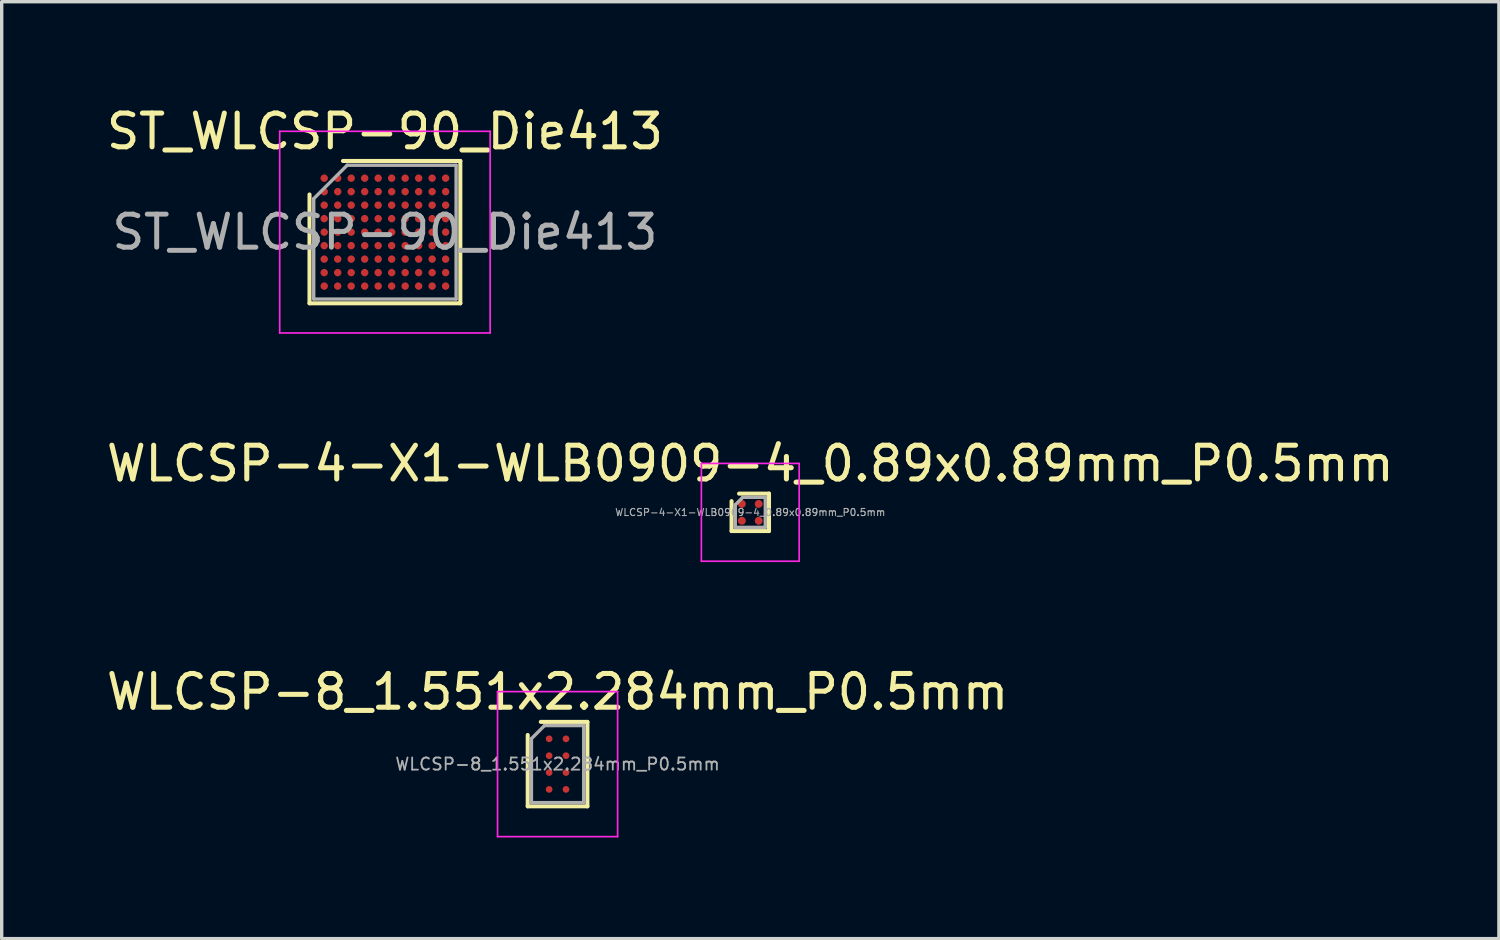
<source format=kicad_pcb>
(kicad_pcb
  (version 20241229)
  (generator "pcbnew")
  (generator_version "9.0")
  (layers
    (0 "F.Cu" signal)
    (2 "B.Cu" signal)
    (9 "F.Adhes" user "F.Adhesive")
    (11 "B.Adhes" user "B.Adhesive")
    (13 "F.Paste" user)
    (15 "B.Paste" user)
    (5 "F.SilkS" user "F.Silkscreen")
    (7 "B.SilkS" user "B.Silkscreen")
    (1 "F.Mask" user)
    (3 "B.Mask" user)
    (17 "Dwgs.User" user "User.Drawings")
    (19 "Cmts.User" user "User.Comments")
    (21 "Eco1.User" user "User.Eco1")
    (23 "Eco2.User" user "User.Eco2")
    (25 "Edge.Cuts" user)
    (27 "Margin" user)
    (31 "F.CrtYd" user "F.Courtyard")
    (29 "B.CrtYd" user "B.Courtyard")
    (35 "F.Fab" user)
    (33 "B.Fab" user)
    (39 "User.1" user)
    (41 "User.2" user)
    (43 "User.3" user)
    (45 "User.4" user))
  (footprint "WLCSP-8_1.551x2.284mm_P0.5mm"
    (layer "F.Cu")
    (at 13.482 19.606)
    (property "Reference" "WLCSP-8_1.551x2.284mm_P0.5mm" (at 0 -2.142 0) (layer "F.SilkS") (effects (font (size 1 1) (thickness 0.15))))
    (attr smd)
    (fp_line (start -0.885 1.252) (end -0.885 -0.864) (stroke (width 0.12) (type solid)) (layer "F.SilkS"))
    (fp_line (start -0.498 -1.252) (end 0.885 -1.252) (stroke (width 0.12) (type solid)) (layer "F.SilkS"))
    (fp_line (start 0.885 -1.252) (end 0.885 1.252) (stroke (width 0.12) (type solid)) (layer "F.SilkS"))
    (fp_line (start 0.885 1.252) (end -0.885 1.252) (stroke (width 0.12) (type solid)) (layer "F.SilkS"))
    (fp_line (start -1.78 -2.15) (end -1.78 2.15) (stroke (width 0.05) (type solid)) (layer "F.CrtYd"))
    (fp_line (start -1.78 2.15) (end 1.78 2.15) (stroke (width 0.05) (type solid)) (layer "F.CrtYd"))
    (fp_line (start 1.78 -2.15) (end -1.78 -2.15) (stroke (width 0.05) (type solid)) (layer "F.CrtYd"))
    (fp_line (start 1.78 2.15) (end 1.78 -2.15) (stroke (width 0.05) (type solid)) (layer "F.CrtYd"))
    (fp_line (start -0.775 -0.754) (end -0.388 -1.142) (stroke (width 0.1) (type solid)) (layer "F.Fab"))
    (fp_line (start -0.775 1.142) (end -0.775 -0.754) (stroke (width 0.1) (type solid)) (layer "F.Fab"))
    (fp_line (start -0.388 -1.142) (end 0.775 -1.142) (stroke (width 0.1) (type solid)) (layer "F.Fab"))
    (fp_line (start 0.775 -1.142) (end 0.775 1.142) (stroke (width 0.1) (type solid)) (layer "F.Fab"))
    (fp_line (start 0.775 1.142) (end -0.775 1.142) (stroke (width 0.1) (type solid)) (layer "F.Fab"))
    (fp_text user "${REFERENCE}" (at 0 0 0) (layer "F.Fab") (effects (font (size 0.36 0.36) (thickness 0.054))))
    (pad "A1" smd circle (at -0.25 -0.75) (size 0.2 0.2) (layers "F.Cu" "F.Mask" "F.Paste"))
    (pad "A2" smd circle (at 0.25 -0.75) (size 0.2 0.2) (layers "F.Cu" "F.Mask" "F.Paste"))
    (pad "B1" smd circle (at -0.25 -0.25) (size 0.2 0.2) (layers "F.Cu" "F.Mask" "F.Paste"))
    (pad "B2" smd circle (at 0.25 -0.25) (size 0.2 0.2) (layers "F.Cu" "F.Mask" "F.Paste"))
    (pad "C1" smd circle (at -0.25 0.25) (size 0.2 0.2) (layers "F.Cu" "F.Mask" "F.Paste"))
    (pad "C2" smd circle (at 0.25 0.25) (size 0.2 0.2) (layers "F.Cu" "F.Mask" "F.Paste"))
    (pad "D1" smd circle (at -0.25 0.75) (size 0.2 0.2) (layers "F.Cu" "F.Mask" "F.Paste"))
    (pad "D2" smd circle (at 0.25 0.75) (size 0.2 0.2) (layers "F.Cu" "F.Mask" "F.Paste")))
  (footprint "ST_WLCSP-90_Die413"
    (layer "F.Cu")
    (at 8.363 3.833)
    (property "Reference" "ST_WLCSP-90_Die413" (at 0 -2.985 0) (layer "F.SilkS") (effects (font (size 1 1) (thickness 0.15))))
    (attr smd)
    (fp_line (start -2.236 2.11) (end -2.236 -1.117) (stroke (width 0.12) (type solid)) (layer "F.SilkS"))
    (fp_line (start -1.244 -2.11) (end 2.236 -2.11) (stroke (width 0.12) (type solid)) (layer "F.SilkS"))
    (fp_line (start 2.236 -2.11) (end 2.236 2.11) (stroke (width 0.12) (type solid)) (layer "F.SilkS"))
    (fp_line (start 2.236 2.11) (end -2.236 2.11) (stroke (width 0.12) (type solid)) (layer "F.SilkS"))
    (fp_line (start -3.12 -2.99) (end -3.12 2.99) (stroke (width 0.05) (type solid)) (layer "F.CrtYd"))
    (fp_line (start -3.12 2.99) (end 3.12 2.99) (stroke (width 0.05) (type solid)) (layer "F.CrtYd"))
    (fp_line (start 3.12 -2.99) (end -3.12 -2.99) (stroke (width 0.05) (type solid)) (layer "F.CrtYd"))
    (fp_line (start 3.12 2.99) (end 3.12 -2.99) (stroke (width 0.05) (type solid)) (layer "F.CrtYd"))
    (fp_line (start -2.111 -0.992) (end -1.119 -1.984) (stroke (width 0.1) (type solid)) (layer "F.Fab"))
    (fp_line (start -2.111 1.984) (end -2.111 -0.992) (stroke (width 0.1) (type solid)) (layer "F.Fab"))
    (fp_line (start -1.119 -1.984) (end 2.111 -1.984) (stroke (width 0.1) (type solid)) (layer "F.Fab"))
    (fp_line (start 2.111 -1.984) (end 2.111 1.984) (stroke (width 0.1) (type solid)) (layer "F.Fab"))
    (fp_line (start 2.111 1.984) (end -2.111 1.984) (stroke (width 0.1) (type solid)) (layer "F.Fab"))
    (fp_text user "${REFERENCE}" (at 0 0 0) (layer "F.Fab") (effects (font (size 0.98 0.98) (thickness 0.147))))
    (pad "A1" smd circle (at -1.8 -1.6) (size 0.22 0.22) (layers "F.Cu" "F.Mask" "F.Paste"))
    (pad "A2" smd circle (at -1.4 -1.6) (size 0.22 0.22) (layers "F.Cu" "F.Mask" "F.Paste"))
    (pad "A3" smd circle (at -1 -1.6) (size 0.22 0.22) (layers "F.Cu" "F.Mask" "F.Paste"))
    (pad "A4" smd circle (at -0.6 -1.6) (size 0.22 0.22) (layers "F.Cu" "F.Mask" "F.Paste"))
    (pad "A5" smd circle (at -0.2 -1.6) (size 0.22 0.22) (layers "F.Cu" "F.Mask" "F.Paste"))
    (pad "A6" smd circle (at 0.2 -1.6) (size 0.22 0.22) (layers "F.Cu" "F.Mask" "F.Paste"))
    (pad "A7" smd circle (at 0.6 -1.6) (size 0.22 0.22) (layers "F.Cu" "F.Mask" "F.Paste"))
    (pad "A8" smd circle (at 1 -1.6) (size 0.22 0.22) (layers "F.Cu" "F.Mask" "F.Paste"))
    (pad "A9" smd circle (at 1.4 -1.6) (size 0.22 0.22) (layers "F.Cu" "F.Mask" "F.Paste"))
    (pad "A10" smd circle (at 1.8 -1.6) (size 0.22 0.22) (layers "F.Cu" "F.Mask" "F.Paste"))
    (pad "B1" smd circle (at -1.8 -1.2) (size 0.22 0.22) (layers "F.Cu" "F.Mask" "F.Paste"))
    (pad "B2" smd circle (at -1.4 -1.2) (size 0.22 0.22) (layers "F.Cu" "F.Mask" "F.Paste"))
    (pad "B3" smd circle (at -1 -1.2) (size 0.22 0.22) (layers "F.Cu" "F.Mask" "F.Paste"))
    (pad "B4" smd circle (at -0.6 -1.2) (size 0.22 0.22) (layers "F.Cu" "F.Mask" "F.Paste"))
    (pad "B5" smd circle (at -0.2 -1.2) (size 0.22 0.22) (layers "F.Cu" "F.Mask" "F.Paste"))
    (pad "B6" smd circle (at 0.2 -1.2) (size 0.22 0.22) (layers "F.Cu" "F.Mask" "F.Paste"))
    (pad "B7" smd circle (at 0.6 -1.2) (size 0.22 0.22) (layers "F.Cu" "F.Mask" "F.Paste"))
    (pad "B8" smd circle (at 1 -1.2) (size 0.22 0.22) (layers "F.Cu" "F.Mask" "F.Paste"))
    (pad "B9" smd circle (at 1.4 -1.2) (size 0.22 0.22) (layers "F.Cu" "F.Mask" "F.Paste"))
    (pad "B10" smd circle (at 1.8 -1.2) (size 0.22 0.22) (layers "F.Cu" "F.Mask" "F.Paste"))
    (pad "C1" smd circle (at -1.8 -0.8) (size 0.22 0.22) (layers "F.Cu" "F.Mask" "F.Paste"))
    (pad "C2" smd circle (at -1.4 -0.8) (size 0.22 0.22) (layers "F.Cu" "F.Mask" "F.Paste"))
    (pad "C3" smd circle (at -1 -0.8) (size 0.22 0.22) (layers "F.Cu" "F.Mask" "F.Paste"))
    (pad "C4" smd circle (at -0.6 -0.8) (size 0.22 0.22) (layers "F.Cu" "F.Mask" "F.Paste"))
    (pad "C5" smd circle (at -0.2 -0.8) (size 0.22 0.22) (layers "F.Cu" "F.Mask" "F.Paste"))
    (pad "C6" smd circle (at 0.2 -0.8) (size 0.22 0.22) (layers "F.Cu" "F.Mask" "F.Paste"))
    (pad "C7" smd circle (at 0.6 -0.8) (size 0.22 0.22) (layers "F.Cu" "F.Mask" "F.Paste"))
    (pad "C8" smd circle (at 1 -0.8) (size 0.22 0.22) (layers "F.Cu" "F.Mask" "F.Paste"))
    (pad "C9" smd circle (at 1.4 -0.8) (size 0.22 0.22) (layers "F.Cu" "F.Mask" "F.Paste"))
    (pad "C10" smd circle (at 1.8 -0.8) (size 0.22 0.22) (layers "F.Cu" "F.Mask" "F.Paste"))
    (pad "D1" smd circle (at -1.8 -0.4) (size 0.22 0.22) (layers "F.Cu" "F.Mask" "F.Paste"))
    (pad "D2" smd circle (at -1.4 -0.4) (size 0.22 0.22) (layers "F.Cu" "F.Mask" "F.Paste"))
    (pad "D3" smd circle (at -1 -0.4) (size 0.22 0.22) (layers "F.Cu" "F.Mask" "F.Paste"))
    (pad "D4" smd circle (at -0.6 -0.4) (size 0.22 0.22) (layers "F.Cu" "F.Mask" "F.Paste"))
    (pad "D5" smd circle (at -0.2 -0.4) (size 0.22 0.22) (layers "F.Cu" "F.Mask" "F.Paste"))
    (pad "D6" smd circle (at 0.2 -0.4) (size 0.22 0.22) (layers "F.Cu" "F.Mask" "F.Paste"))
    (pad "D7" smd circle (at 0.6 -0.4) (size 0.22 0.22) (layers "F.Cu" "F.Mask" "F.Paste"))
    (pad "D8" smd circle (at 1 -0.4) (size 0.22 0.22) (layers "F.Cu" "F.Mask" "F.Paste"))
    (pad "D9" smd circle (at 1.4 -0.4) (size 0.22 0.22) (layers "F.Cu" "F.Mask" "F.Paste"))
    (pad "D10" smd circle (at 1.8 -0.4) (size 0.22 0.22) (layers "F.Cu" "F.Mask" "F.Paste"))
    (pad "E1" smd circle (at -1.8 0) (size 0.22 0.22) (layers "F.Cu" "F.Mask" "F.Paste"))
    (pad "E2" smd circle (at -1.4 0) (size 0.22 0.22) (layers "F.Cu" "F.Mask" "F.Paste"))
    (pad "E3" smd circle (at -1 0) (size 0.22 0.22) (layers "F.Cu" "F.Mask" "F.Paste"))
    (pad "E4" smd circle (at -0.6 0) (size 0.22 0.22) (layers "F.Cu" "F.Mask" "F.Paste"))
    (pad "E5" smd circle (at -0.2 0) (size 0.22 0.22) (layers "F.Cu" "F.Mask" "F.Paste"))
    (pad "E6" smd circle (at 0.2 0) (size 0.22 0.22) (layers "F.Cu" "F.Mask" "F.Paste"))
    (pad "E7" smd circle (at 0.6 0) (size 0.22 0.22) (layers "F.Cu" "F.Mask" "F.Paste"))
    (pad "E8" smd circle (at 1 0) (size 0.22 0.22) (layers "F.Cu" "F.Mask" "F.Paste"))
    (pad "E9" smd circle (at 1.4 0) (size 0.22 0.22) (layers "F.Cu" "F.Mask" "F.Paste"))
    (pad "E10" smd circle (at 1.8 0) (size 0.22 0.22) (layers "F.Cu" "F.Mask" "F.Paste"))
    (pad "F1" smd circle (at -1.8 0.4) (size 0.22 0.22) (layers "F.Cu" "F.Mask" "F.Paste"))
    (pad "F2" smd circle (at -1.4 0.4) (size 0.22 0.22) (layers "F.Cu" "F.Mask" "F.Paste"))
    (pad "F3" smd circle (at -1 0.4) (size 0.22 0.22) (layers "F.Cu" "F.Mask" "F.Paste"))
    (pad "F4" smd circle (at -0.6 0.4) (size 0.22 0.22) (layers "F.Cu" "F.Mask" "F.Paste"))
    (pad "F5" smd circle (at -0.2 0.4) (size 0.22 0.22) (layers "F.Cu" "F.Mask" "F.Paste"))
    (pad "F6" smd circle (at 0.2 0.4) (size 0.22 0.22) (layers "F.Cu" "F.Mask" "F.Paste"))
    (pad "F7" smd circle (at 0.6 0.4) (size 0.22 0.22) (layers "F.Cu" "F.Mask" "F.Paste"))
    (pad "F8" smd circle (at 1 0.4) (size 0.22 0.22) (layers "F.Cu" "F.Mask" "F.Paste"))
    (pad "F9" smd circle (at 1.4 0.4) (size 0.22 0.22) (layers "F.Cu" "F.Mask" "F.Paste"))
    (pad "F10" smd circle (at 1.8 0.4) (size 0.22 0.22) (layers "F.Cu" "F.Mask" "F.Paste"))
    (pad "G1" smd circle (at -1.8 0.8) (size 0.22 0.22) (layers "F.Cu" "F.Mask" "F.Paste"))
    (pad "G2" smd circle (at -1.4 0.8) (size 0.22 0.22) (layers "F.Cu" "F.Mask" "F.Paste"))
    (pad "G3" smd circle (at -1 0.8) (size 0.22 0.22) (layers "F.Cu" "F.Mask" "F.Paste"))
    (pad "G4" smd circle (at -0.6 0.8) (size 0.22 0.22) (layers "F.Cu" "F.Mask" "F.Paste"))
    (pad "G5" smd circle (at -0.2 0.8) (size 0.22 0.22) (layers "F.Cu" "F.Mask" "F.Paste"))
    (pad "G6" smd circle (at 0.2 0.8) (size 0.22 0.22) (layers "F.Cu" "F.Mask" "F.Paste"))
    (pad "G7" smd circle (at 0.6 0.8) (size 0.22 0.22) (layers "F.Cu" "F.Mask" "F.Paste"))
    (pad "G8" smd circle (at 1 0.8) (size 0.22 0.22) (layers "F.Cu" "F.Mask" "F.Paste"))
    (pad "G9" smd circle (at 1.4 0.8) (size 0.22 0.22) (layers "F.Cu" "F.Mask" "F.Paste"))
    (pad "G10" smd circle (at 1.8 0.8) (size 0.22 0.22) (layers "F.Cu" "F.Mask" "F.Paste"))
    (pad "H1" smd circle (at -1.8 1.2) (size 0.22 0.22) (layers "F.Cu" "F.Mask" "F.Paste"))
    (pad "H2" smd circle (at -1.4 1.2) (size 0.22 0.22) (layers "F.Cu" "F.Mask" "F.Paste"))
    (pad "H3" smd circle (at -1 1.2) (size 0.22 0.22) (layers "F.Cu" "F.Mask" "F.Paste"))
    (pad "H4" smd circle (at -0.6 1.2) (size 0.22 0.22) (layers "F.Cu" "F.Mask" "F.Paste"))
    (pad "H5" smd circle (at -0.2 1.2) (size 0.22 0.22) (layers "F.Cu" "F.Mask" "F.Paste"))
    (pad "H6" smd circle (at 0.2 1.2) (size 0.22 0.22) (layers "F.Cu" "F.Mask" "F.Paste"))
    (pad "H7" smd circle (at 0.6 1.2) (size 0.22 0.22) (layers "F.Cu" "F.Mask" "F.Paste"))
    (pad "H8" smd circle (at 1 1.2) (size 0.22 0.22) (layers "F.Cu" "F.Mask" "F.Paste"))
    (pad "H9" smd circle (at 1.4 1.2) (size 0.22 0.22) (layers "F.Cu" "F.Mask" "F.Paste"))
    (pad "H10" smd circle (at 1.8 1.2) (size 0.22 0.22) (layers "F.Cu" "F.Mask" "F.Paste"))
    (pad "J1" smd circle (at -1.8 1.6) (size 0.22 0.22) (layers "F.Cu" "F.Mask" "F.Paste"))
    (pad "J2" smd circle (at -1.4 1.6) (size 0.22 0.22) (layers "F.Cu" "F.Mask" "F.Paste"))
    (pad "J3" smd circle (at -1 1.6) (size 0.22 0.22) (layers "F.Cu" "F.Mask" "F.Paste"))
    (pad "J4" smd circle (at -0.6 1.6) (size 0.22 0.22) (layers "F.Cu" "F.Mask" "F.Paste"))
    (pad "J5" smd circle (at -0.2 1.6) (size 0.22 0.22) (layers "F.Cu" "F.Mask" "F.Paste"))
    (pad "J6" smd circle (at 0.2 1.6) (size 0.22 0.22) (layers "F.Cu" "F.Mask" "F.Paste"))
    (pad "J7" smd circle (at 0.6 1.6) (size 0.22 0.22) (layers "F.Cu" "F.Mask" "F.Paste"))
    (pad "J8" smd circle (at 1 1.6) (size 0.22 0.22) (layers "F.Cu" "F.Mask" "F.Paste"))
    (pad "J9" smd circle (at 1.4 1.6) (size 0.22 0.22) (layers "F.Cu" "F.Mask" "F.Paste"))
    (pad "J10" smd circle (at 1.8 1.6) (size 0.22 0.22) (layers "F.Cu" "F.Mask" "F.Paste")))
  (footprint "WLCSP-4-X1-WLB0909-4_0.89x0.89mm_P0.5mm"
    (layer "F.Cu")
    (at 19.196 12.141)
    (property "Reference" "WLCSP-4-X1-WLB0909-4_0.89x0.89mm_P0.5mm" (at 0 -1.445 0) (layer "F.SilkS") (effects (font (size 1 1) (thickness 0.15))))
    (attr smd)
    (fp_line (start -0.555 0.555) (end -0.555 -0.333) (stroke (width 0.12) (type solid)) (layer "F.SilkS"))
    (fp_line (start -0.333 -0.555) (end 0.555 -0.555) (stroke (width 0.12) (type solid)) (layer "F.SilkS"))
    (fp_line (start 0.555 -0.555) (end 0.555 0.555) (stroke (width 0.12) (type solid)) (layer "F.SilkS"))
    (fp_line (start 0.555 0.555) (end -0.555 0.555) (stroke (width 0.12) (type solid)) (layer "F.SilkS"))
    (fp_line (start -1.45 -1.45) (end -1.45 1.45) (stroke (width 0.05) (type solid)) (layer "F.CrtYd"))
    (fp_line (start -1.45 1.45) (end 1.45 1.45) (stroke (width 0.05) (type solid)) (layer "F.CrtYd"))
    (fp_line (start 1.45 -1.45) (end -1.45 -1.45) (stroke (width 0.05) (type solid)) (layer "F.CrtYd"))
    (fp_line (start 1.45 1.45) (end 1.45 -1.45) (stroke (width 0.05) (type solid)) (layer "F.CrtYd"))
    (fp_line (start -0.445 -0.223) (end -0.223 -0.445) (stroke (width 0.1) (type solid)) (layer "F.Fab"))
    (fp_line (start -0.445 0.445) (end -0.445 -0.223) (stroke (width 0.1) (type solid)) (layer "F.Fab"))
    (fp_line (start -0.223 -0.445) (end 0.445 -0.445) (stroke (width 0.1) (type solid)) (layer "F.Fab"))
    (fp_line (start 0.445 -0.445) (end 0.445 0.445) (stroke (width 0.1) (type solid)) (layer "F.Fab"))
    (fp_line (start 0.445 0.445) (end -0.445 0.445) (stroke (width 0.1) (type solid)) (layer "F.Fab"))
    (fp_text user "${REFERENCE}" (at 0 0 0) (layer "F.Fab") (effects (font (size 0.21 0.21) (thickness 0.032))))
    (pad "A1" smd circle (at -0.25 -0.25) (size 0.235 0.235) (layers "F.Cu" "F.Mask" "F.Paste"))
    (pad "A2" smd circle (at 0.25 -0.25) (size 0.235 0.235) (layers "F.Cu" "F.Mask" "F.Paste"))
    (pad "B1" smd circle (at -0.25 0.25) (size 0.235 0.235) (layers "F.Cu" "F.Mask" "F.Paste"))
    (pad "B2" smd circle (at 0.25 0.25) (size 0.235 0.235) (layers "F.Cu" "F.Mask" "F.Paste")))
  (gr_rect
    (start -3 -3)
    (end 41.393 24.781)
    (stroke (width 0.1) (type default))
    (fill no)
    (layer "Edge.Cuts")))
</source>
